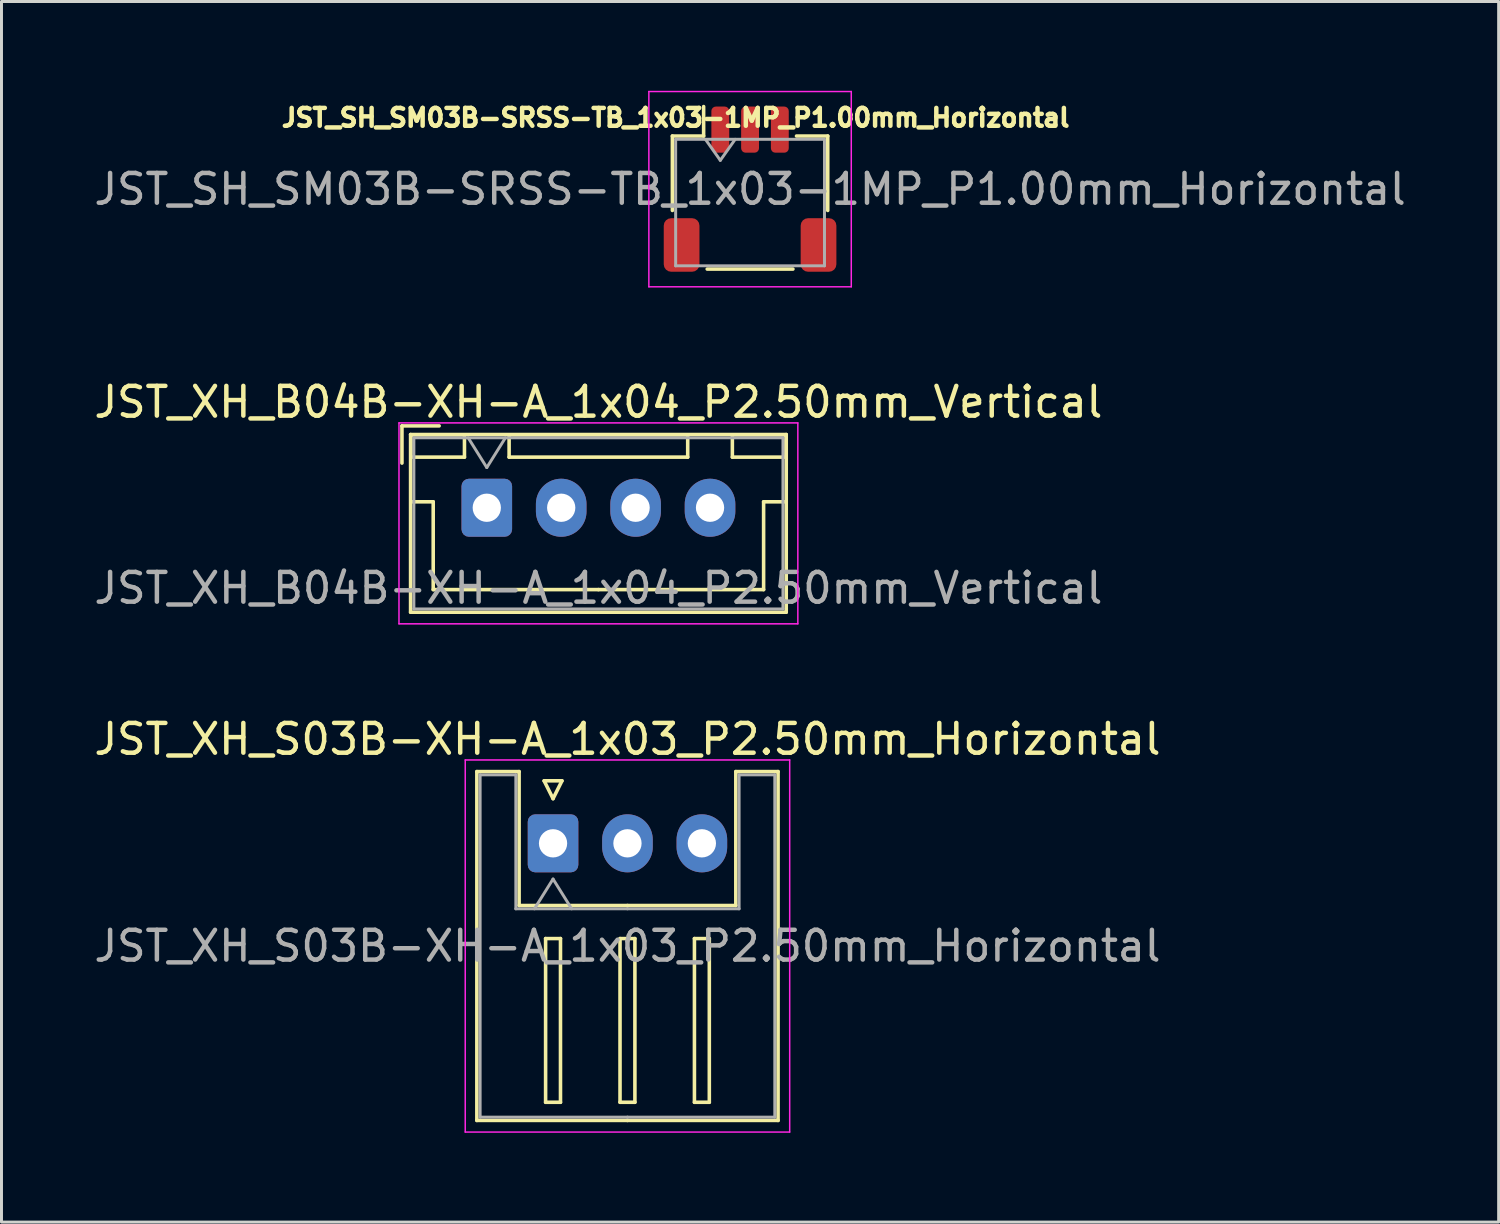
<source format=kicad_pcb>
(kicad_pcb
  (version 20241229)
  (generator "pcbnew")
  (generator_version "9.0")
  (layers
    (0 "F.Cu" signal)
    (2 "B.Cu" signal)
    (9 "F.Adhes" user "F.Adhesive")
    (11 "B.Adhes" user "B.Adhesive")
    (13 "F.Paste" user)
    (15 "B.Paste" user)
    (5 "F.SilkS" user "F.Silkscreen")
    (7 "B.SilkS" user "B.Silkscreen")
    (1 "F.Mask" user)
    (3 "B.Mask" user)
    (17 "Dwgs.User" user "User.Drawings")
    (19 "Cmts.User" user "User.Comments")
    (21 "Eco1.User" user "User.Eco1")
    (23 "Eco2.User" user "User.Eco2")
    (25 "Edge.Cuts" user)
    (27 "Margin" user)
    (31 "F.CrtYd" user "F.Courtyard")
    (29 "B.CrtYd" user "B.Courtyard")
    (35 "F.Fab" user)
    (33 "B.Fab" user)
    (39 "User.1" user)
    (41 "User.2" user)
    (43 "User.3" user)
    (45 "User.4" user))
  (footprint "JST_XH_B04B-XH-A_1x04_P2.50mm_Vertical"
    (layer "F.Cu")
    (at 13.304 14.008)
    (property "Reference" "JST_XH_B04B-XH-A_1x04_P2.50mm_Vertical" (at 3.75 -3.55 0) (layer "F.SilkS") (effects (font (size 1 1) (thickness 0.15))))
    (attr through_hole)
    (fp_line (start -2.85 -2.75) (end -2.85 -1.5) (stroke (width 0.12) (type solid)) (layer "F.SilkS"))
    (fp_line (start -2.56 -2.46) (end -2.56 3.51) (stroke (width 0.12) (type solid)) (layer "F.SilkS"))
    (fp_line (start -2.56 3.51) (end 10.06 3.51) (stroke (width 0.12) (type solid)) (layer "F.SilkS"))
    (fp_line (start -2.55 -2.45) (end -2.55 -1.7) (stroke (width 0.12) (type solid)) (layer "F.SilkS"))
    (fp_line (start -2.55 -1.7) (end -0.75 -1.7) (stroke (width 0.12) (type solid)) (layer "F.SilkS"))
    (fp_line (start -2.55 -0.2) (end -1.8 -0.2) (stroke (width 0.12) (type solid)) (layer "F.SilkS"))
    (fp_line (start -1.8 -0.2) (end -1.8 2.75) (stroke (width 0.12) (type solid)) (layer "F.SilkS"))
    (fp_line (start -1.8 2.75) (end 3.75 2.75) (stroke (width 0.12) (type solid)) (layer "F.SilkS"))
    (fp_line (start -1.6 -2.75) (end -2.85 -2.75) (stroke (width 0.12) (type solid)) (layer "F.SilkS"))
    (fp_line (start -0.75 -2.45) (end -2.55 -2.45) (stroke (width 0.12) (type solid)) (layer "F.SilkS"))
    (fp_line (start -0.75 -1.7) (end -0.75 -2.45) (stroke (width 0.12) (type solid)) (layer "F.SilkS"))
    (fp_line (start 0.75 -2.45) (end 0.75 -1.7) (stroke (width 0.12) (type solid)) (layer "F.SilkS"))
    (fp_line (start 0.75 -1.7) (end 6.75 -1.7) (stroke (width 0.12) (type solid)) (layer "F.SilkS"))
    (fp_line (start 6.75 -2.45) (end 0.75 -2.45) (stroke (width 0.12) (type solid)) (layer "F.SilkS"))
    (fp_line (start 6.75 -1.7) (end 6.75 -2.45) (stroke (width 0.12) (type solid)) (layer "F.SilkS"))
    (fp_line (start 8.25 -2.45) (end 8.25 -1.7) (stroke (width 0.12) (type solid)) (layer "F.SilkS"))
    (fp_line (start 8.25 -1.7) (end 10.05 -1.7) (stroke (width 0.12) (type solid)) (layer "F.SilkS"))
    (fp_line (start 9.3 -0.2) (end 9.3 2.75) (stroke (width 0.12) (type solid)) (layer "F.SilkS"))
    (fp_line (start 9.3 2.75) (end 3.75 2.75) (stroke (width 0.12) (type solid)) (layer "F.SilkS"))
    (fp_line (start 10.05 -2.45) (end 8.25 -2.45) (stroke (width 0.12) (type solid)) (layer "F.SilkS"))
    (fp_line (start 10.05 -1.7) (end 10.05 -2.45) (stroke (width 0.12) (type solid)) (layer "F.SilkS"))
    (fp_line (start 10.05 -0.2) (end 9.3 -0.2) (stroke (width 0.12) (type solid)) (layer "F.SilkS"))
    (fp_line (start 10.06 -2.46) (end -2.56 -2.46) (stroke (width 0.12) (type solid)) (layer "F.SilkS"))
    (fp_line (start 10.06 3.51) (end 10.06 -2.46) (stroke (width 0.12) (type solid)) (layer "F.SilkS"))
    (fp_line (start -2.95 -2.85) (end -2.95 3.9) (stroke (width 0.05) (type solid)) (layer "F.CrtYd"))
    (fp_line (start -2.95 3.9) (end 10.45 3.9) (stroke (width 0.05) (type solid)) (layer "F.CrtYd"))
    (fp_line (start 10.45 -2.85) (end -2.95 -2.85) (stroke (width 0.05) (type solid)) (layer "F.CrtYd"))
    (fp_line (start 10.45 3.9) (end 10.45 -2.85) (stroke (width 0.05) (type solid)) (layer "F.CrtYd"))
    (fp_line (start -2.45 -2.35) (end -2.45 3.4) (stroke (width 0.1) (type solid)) (layer "F.Fab"))
    (fp_line (start -2.45 3.4) (end 9.95 3.4) (stroke (width 0.1) (type solid)) (layer "F.Fab"))
    (fp_line (start -0.625 -2.35) (end 0 -1.35) (stroke (width 0.1) (type solid)) (layer "F.Fab"))
    (fp_line (start 0 -1.35) (end 0.625 -2.35) (stroke (width 0.1) (type solid)) (layer "F.Fab"))
    (fp_line (start 9.95 -2.35) (end -2.45 -2.35) (stroke (width 0.1) (type solid)) (layer "F.Fab"))
    (fp_line (start 9.95 3.4) (end 9.95 -2.35) (stroke (width 0.1) (type solid)) (layer "F.Fab"))
    (fp_text user "${REFERENCE}" (at 3.75 2.7 0) (layer "F.Fab") (effects (font (size 1 1) (thickness 0.15))))
    (pad "1" thru_hole roundrect (at 0 0) (size 1.7 1.95) (drill 0.95) (layers "*.Cu" "*.Mask") (roundrect_rratio 0.147))
    (pad "2" thru_hole oval (at 2.5 0) (size 1.7 1.95) (drill 0.95) (layers "*.Cu" "*.Mask"))
    (pad "3" thru_hole oval (at 5 0) (size 1.7 1.95) (drill 0.95) (layers "*.Cu" "*.Mask"))
    (pad "4" thru_hole oval (at 7.5 0) (size 1.7 1.95) (drill 0.95) (layers "*.Cu" "*.Mask")))
  (footprint "JST_XH_S03B-XH-A_1x03_P2.50mm_Horizontal"
    (layer "F.Cu")
    (at 15.53 25.282)
    (property "Reference" "JST_XH_S03B-XH-A_1x03_P2.50mm_Horizontal" (at 2.5 -3.5 0) (layer "F.SilkS") (effects (font (size 1 1) (thickness 0.15))))
    (attr through_hole)
    (fp_line (start -2.56 -2.41) (end -1.14 -2.41) (stroke (width 0.12) (type solid)) (layer "F.SilkS"))
    (fp_line (start -2.56 9.31) (end -2.56 -2.41) (stroke (width 0.12) (type solid)) (layer "F.SilkS"))
    (fp_line (start -1.14 -2.41) (end -1.14 2.09) (stroke (width 0.12) (type solid)) (layer "F.SilkS"))
    (fp_line (start -1.14 2.09) (end 2.5 2.09) (stroke (width 0.12) (type solid)) (layer "F.SilkS"))
    (fp_line (start -0.3 -2.1) (end 0.3 -2.1) (stroke (width 0.12) (type solid)) (layer "F.SilkS"))
    (fp_line (start -0.25 3.2) (end -0.25 8.7) (stroke (width 0.12) (type solid)) (layer "F.SilkS"))
    (fp_line (start -0.25 8.7) (end 0.25 8.7) (stroke (width 0.12) (type solid)) (layer "F.SilkS"))
    (fp_line (start 0 -1.5) (end -0.3 -2.1) (stroke (width 0.12) (type solid)) (layer "F.SilkS"))
    (fp_line (start 0.25 3.2) (end -0.25 3.2) (stroke (width 0.12) (type solid)) (layer "F.SilkS"))
    (fp_line (start 0.25 8.7) (end 0.25 3.2) (stroke (width 0.12) (type solid)) (layer "F.SilkS"))
    (fp_line (start 0.3 -2.1) (end 0 -1.5) (stroke (width 0.12) (type solid)) (layer "F.SilkS"))
    (fp_line (start 2.25 3.2) (end 2.25 8.7) (stroke (width 0.12) (type solid)) (layer "F.SilkS"))
    (fp_line (start 2.25 8.7) (end 2.75 8.7) (stroke (width 0.12) (type solid)) (layer "F.SilkS"))
    (fp_line (start 2.5 9.31) (end -2.56 9.31) (stroke (width 0.12) (type solid)) (layer "F.SilkS"))
    (fp_line (start 2.5 9.31) (end 7.56 9.31) (stroke (width 0.12) (type solid)) (layer "F.SilkS"))
    (fp_line (start 2.75 3.2) (end 2.25 3.2) (stroke (width 0.12) (type solid)) (layer "F.SilkS"))
    (fp_line (start 2.75 8.7) (end 2.75 3.2) (stroke (width 0.12) (type solid)) (layer "F.SilkS"))
    (fp_line (start 4.75 3.2) (end 4.75 8.7) (stroke (width 0.12) (type solid)) (layer "F.SilkS"))
    (fp_line (start 4.75 8.7) (end 5.25 8.7) (stroke (width 0.12) (type solid)) (layer "F.SilkS"))
    (fp_line (start 5.25 3.2) (end 4.75 3.2) (stroke (width 0.12) (type solid)) (layer "F.SilkS"))
    (fp_line (start 5.25 8.7) (end 5.25 3.2) (stroke (width 0.12) (type solid)) (layer "F.SilkS"))
    (fp_line (start 6.14 -2.41) (end 6.14 2.09) (stroke (width 0.12) (type solid)) (layer "F.SilkS"))
    (fp_line (start 6.14 2.09) (end 2.5 2.09) (stroke (width 0.12) (type solid)) (layer "F.SilkS"))
    (fp_line (start 7.56 -2.41) (end 6.14 -2.41) (stroke (width 0.12) (type solid)) (layer "F.SilkS"))
    (fp_line (start 7.56 9.31) (end 7.56 -2.41) (stroke (width 0.12) (type solid)) (layer "F.SilkS"))
    (fp_line (start -2.95 -2.8) (end -2.95 9.7) (stroke (width 0.05) (type solid)) (layer "F.CrtYd"))
    (fp_line (start -2.95 9.7) (end 7.95 9.7) (stroke (width 0.05) (type solid)) (layer "F.CrtYd"))
    (fp_line (start 7.95 -2.8) (end -2.95 -2.8) (stroke (width 0.05) (type solid)) (layer "F.CrtYd"))
    (fp_line (start 7.95 9.7) (end 7.95 -2.8) (stroke (width 0.05) (type solid)) (layer "F.CrtYd"))
    (fp_line (start -2.45 -2.3) (end -1.25 -2.3) (stroke (width 0.1) (type solid)) (layer "F.Fab"))
    (fp_line (start -2.45 9.2) (end -2.45 -2.3) (stroke (width 0.1) (type solid)) (layer "F.Fab"))
    (fp_line (start -1.25 -2.3) (end -1.25 2.2) (stroke (width 0.1) (type solid)) (layer "F.Fab"))
    (fp_line (start -1.25 2.2) (end 2.5 2.2) (stroke (width 0.1) (type solid)) (layer "F.Fab"))
    (fp_line (start -0.625 2.2) (end 0 1.2) (stroke (width 0.1) (type solid)) (layer "F.Fab"))
    (fp_line (start 0 1.2) (end 0.625 2.2) (stroke (width 0.1) (type solid)) (layer "F.Fab"))
    (fp_line (start 2.5 9.2) (end -2.45 9.2) (stroke (width 0.1) (type solid)) (layer "F.Fab"))
    (fp_line (start 2.5 9.2) (end 7.45 9.2) (stroke (width 0.1) (type solid)) (layer "F.Fab"))
    (fp_line (start 6.25 -2.3) (end 6.25 2.2) (stroke (width 0.1) (type solid)) (layer "F.Fab"))
    (fp_line (start 6.25 2.2) (end 2.5 2.2) (stroke (width 0.1) (type solid)) (layer "F.Fab"))
    (fp_line (start 7.45 -2.3) (end 6.25 -2.3) (stroke (width 0.1) (type solid)) (layer "F.Fab"))
    (fp_line (start 7.45 9.2) (end 7.45 -2.3) (stroke (width 0.1) (type solid)) (layer "F.Fab"))
    (fp_text user "${REFERENCE}" (at 2.5 3.45 0) (layer "F.Fab") (effects (font (size 1 1) (thickness 0.15))))
    (pad "1" thru_hole roundrect (at 0 0) (size 1.7 1.95) (drill 0.95) (layers "*.Cu" "*.Mask") (roundrect_rratio 0.147))
    (pad "2" thru_hole oval (at 2.5 0) (size 1.7 1.95) (drill 0.95) (layers "*.Cu" "*.Mask"))
    (pad "3" thru_hole oval (at 5 0) (size 1.7 1.95) (drill 0.95) (layers "*.Cu" "*.Mask")))
  (footprint "JST_SH_SM03B-SRSS-TB_1x03-1MP_P1.00mm_Horizontal"
    (layer "F.Cu")
    (at 22.149 3.305)
    (property "Reference" "JST_SH_SM03B-SRSS-TB_1x03-1MP_P1.00mm_Horizontal" (at -2.5 -2.4 0) (layer "F.SilkS") (effects (font (size 0.6 0.6) (thickness 0.15))))
    (attr smd)
    (fp_line (start -2.61 -1.785) (end -1.56 -1.785) (stroke (width 0.12) (type solid)) (layer "F.SilkS"))
    (fp_line (start -2.61 0.715) (end -2.61 -1.785) (stroke (width 0.12) (type solid)) (layer "F.SilkS"))
    (fp_line (start -1.56 -1.785) (end -1.56 -2.775) (stroke (width 0.12) (type solid)) (layer "F.SilkS"))
    (fp_line (start -1.44 2.685) (end 1.44 2.685) (stroke (width 0.12) (type solid)) (layer "F.SilkS"))
    (fp_line (start 2.61 -1.785) (end 1.56 -1.785) (stroke (width 0.12) (type solid)) (layer "F.SilkS"))
    (fp_line (start 2.61 0.715) (end 2.61 -1.785) (stroke (width 0.12) (type solid)) (layer "F.SilkS"))
    (fp_line (start -3.4 -3.28) (end -3.4 3.28) (stroke (width 0.05) (type solid)) (layer "F.CrtYd"))
    (fp_line (start -3.4 3.28) (end 3.4 3.28) (stroke (width 0.05) (type solid)) (layer "F.CrtYd"))
    (fp_line (start 3.4 -3.28) (end -3.4 -3.28) (stroke (width 0.05) (type solid)) (layer "F.CrtYd"))
    (fp_line (start 3.4 3.28) (end 3.4 -3.28) (stroke (width 0.05) (type solid)) (layer "F.CrtYd"))
    (fp_line (start -2.5 -1.675) (end -2.5 2.575) (stroke (width 0.1) (type solid)) (layer "F.Fab"))
    (fp_line (start -2.5 -1.675) (end 2.5 -1.675) (stroke (width 0.1) (type solid)) (layer "F.Fab"))
    (fp_line (start -2.5 2.575) (end 2.5 2.575) (stroke (width 0.1) (type solid)) (layer "F.Fab"))
    (fp_line (start -1.5 -1.675) (end -1 -0.968) (stroke (width 0.1) (type solid)) (layer "F.Fab"))
    (fp_line (start -1 -0.968) (end -0.5 -1.675) (stroke (width 0.1) (type solid)) (layer "F.Fab"))
    (fp_line (start 2.5 -1.675) (end 2.5 2.575) (stroke (width 0.1) (type solid)) (layer "F.Fab"))
    (fp_text user "${REFERENCE}" (at 0 0 0) (layer "F.Fab") (effects (font (size 1 1) (thickness 0.15))))
    (pad "1" smd roundrect (at -1 -2) (size 0.6 1.55) (layers "F.Cu" "F.Mask" "F.Paste") (roundrect_rratio 0.25))
    (pad "2" smd roundrect (at 0 -2) (size 0.6 1.55) (layers "F.Cu" "F.Mask" "F.Paste") (roundrect_rratio 0.25))
    (pad "3" smd roundrect (at 1 -2) (size 0.6 1.55) (layers "F.Cu" "F.Mask" "F.Paste") (roundrect_rratio 0.25))
    (pad "MP" smd roundrect (at -2.3 1.875) (size 1.2 1.8) (layers "F.Cu" "F.Mask" "F.Paste") (roundrect_rratio 0.208))
    (pad "MP" smd roundrect (at 2.3 1.875) (size 1.2 1.8) (layers "F.Cu" "F.Mask" "F.Paste") (roundrect_rratio 0.208)))
  (gr_rect
    (start -3 -3)
    (end 47.298 38.007)
    (stroke (width 0.1) (type default))
    (fill no)
    (layer "Edge.Cuts")))
</source>
